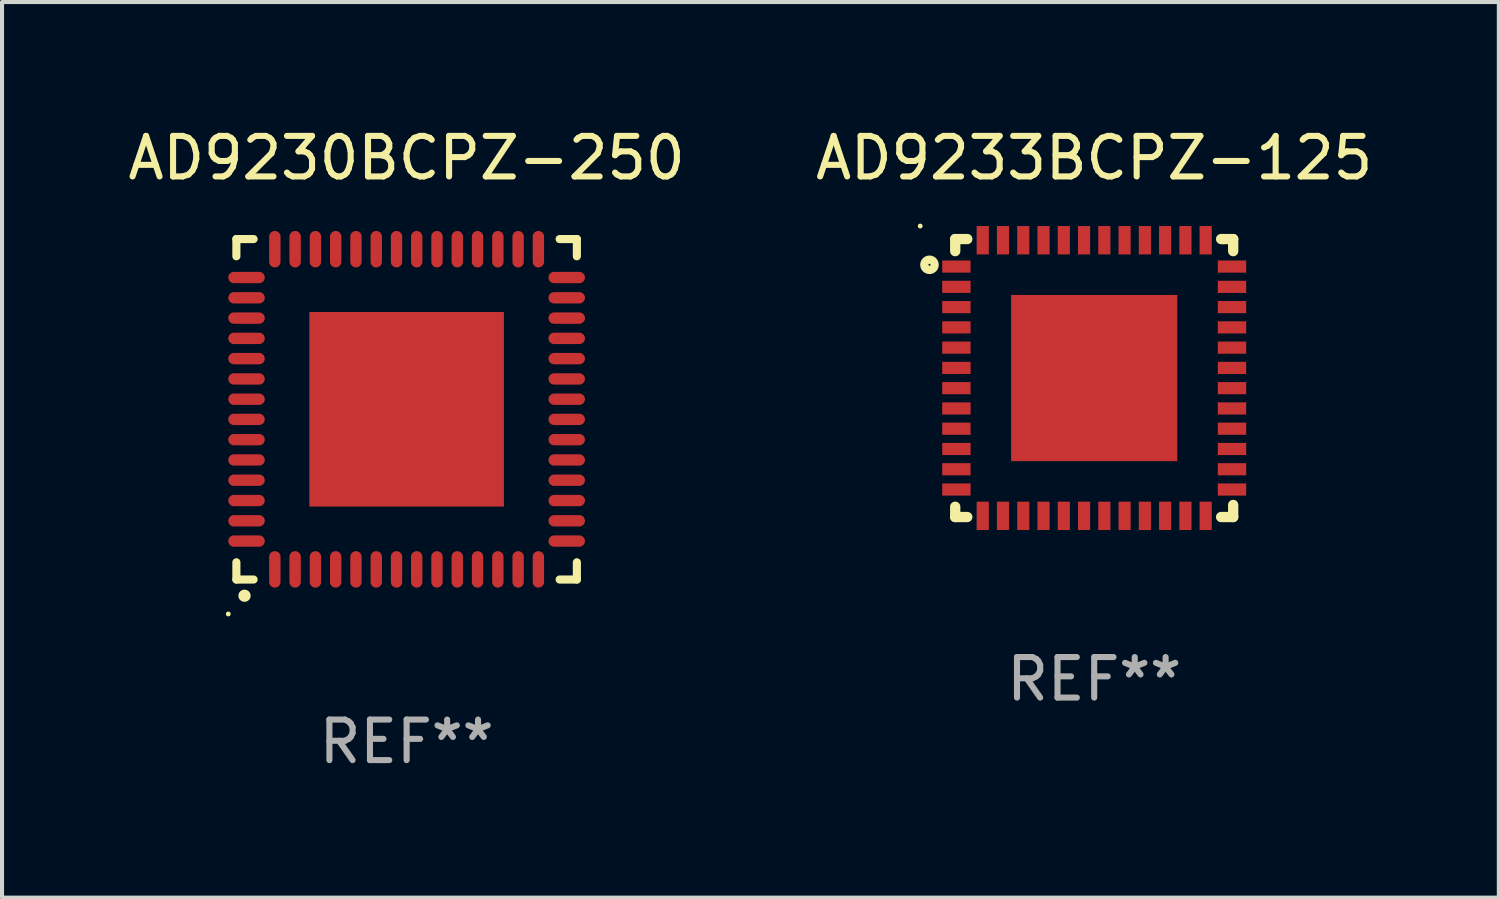
<source format=kicad_pcb>
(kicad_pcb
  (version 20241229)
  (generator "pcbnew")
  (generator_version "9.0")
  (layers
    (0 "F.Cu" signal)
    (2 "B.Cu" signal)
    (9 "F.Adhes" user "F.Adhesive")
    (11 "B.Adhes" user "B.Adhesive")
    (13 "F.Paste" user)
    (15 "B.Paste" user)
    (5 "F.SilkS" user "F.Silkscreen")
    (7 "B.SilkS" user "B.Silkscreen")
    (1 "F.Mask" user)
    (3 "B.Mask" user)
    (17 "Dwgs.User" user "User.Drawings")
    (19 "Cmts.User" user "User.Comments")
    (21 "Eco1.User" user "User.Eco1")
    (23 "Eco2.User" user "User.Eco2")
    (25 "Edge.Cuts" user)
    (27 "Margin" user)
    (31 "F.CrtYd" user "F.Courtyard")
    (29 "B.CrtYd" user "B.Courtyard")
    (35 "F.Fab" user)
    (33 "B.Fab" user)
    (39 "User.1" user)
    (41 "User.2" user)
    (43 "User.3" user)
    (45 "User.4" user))
  (footprint "AD9233BCPZ-125"
    (layer "F.Cu")
    (at 23.946 6.277)
    (property "Reference" "AD9233BCPZ-125" (at 0 -5.429 0) (layer "F.SilkS") (effects (font (size 1 1) (thickness 0.15))))
    (attr through_hole)
    (fp_line (start -3.429 -3.429) (end -3.429 -3.131) (stroke (width 0.254) (type solid)) (layer "F.SilkS"))
    (fp_line (start -3.429 3.429) (end -3.429 3.175) (stroke (width 0.254) (type solid)) (layer "F.SilkS"))
    (fp_line (start -3.131 -3.429) (end -3.429 -3.429) (stroke (width 0.254) (type solid)) (layer "F.SilkS"))
    (fp_line (start -3.131 3.429) (end -3.429 3.429) (stroke (width 0.254) (type solid)) (layer "F.SilkS"))
    (fp_line (start 3.175 -3.429) (end 3.131 -3.429) (stroke (width 0.254) (type solid)) (layer "F.SilkS"))
    (fp_line (start 3.429 -3.429) (end 3.175 -3.429) (stroke (width 0.254) (type solid)) (layer "F.SilkS"))
    (fp_line (start 3.429 -3.131) (end 3.429 -3.429) (stroke (width 0.254) (type solid)) (layer "F.SilkS"))
    (fp_line (start 3.429 3.131) (end 3.429 3.429) (stroke (width 0.254) (type solid)) (layer "F.SilkS"))
    (fp_line (start 3.429 3.429) (end 3.131 3.429) (stroke (width 0.254) (type solid)) (layer "F.SilkS"))
    (fp_circle (center -4.293 -3.75) (end -4.263 -3.75) (stroke (width 0.06) (type solid)) (fill no) (layer "F.SilkS"))
    (fp_circle (center -4.064 -2.794) (end -3.937 -2.794) (stroke (width 0.204) (type solid)) (fill no) (layer "F.SilkS"))
    (fp_text user "REF**" (at 0 7.429 0) (layer "F.Fab") (effects (font (size 1 1) (thickness 0.15))))
    (pad "1" smd rect (at -3.4 -2.75 270) (size 0.3 0.7) (layers "F.Cu" "F.Mask" "F.Paste"))
    (pad "2" smd rect (at -3.4 -2.25 270) (size 0.3 0.7) (layers "F.Cu" "F.Mask" "F.Paste"))
    (pad "3" smd rect (at -3.4 -1.75 270) (size 0.3 0.7) (layers "F.Cu" "F.Mask" "F.Paste"))
    (pad "4" smd rect (at -3.4 -1.25 270) (size 0.3 0.7) (layers "F.Cu" "F.Mask" "F.Paste"))
    (pad "5" smd rect (at -3.4 -0.75 270) (size 0.3 0.7) (layers "F.Cu" "F.Mask" "F.Paste"))
    (pad "6" smd rect (at -3.4 -0.25 270) (size 0.3 0.7) (layers "F.Cu" "F.Mask" "F.Paste"))
    (pad "7" smd rect (at -3.4 0.25 270) (size 0.3 0.7) (layers "F.Cu" "F.Mask" "F.Paste"))
    (pad "8" smd rect (at -3.4 0.75 270) (size 0.3 0.7) (layers "F.Cu" "F.Mask" "F.Paste"))
    (pad "9" smd rect (at -3.4 1.25 270) (size 0.3 0.7) (layers "F.Cu" "F.Mask" "F.Paste"))
    (pad "10" smd rect (at -3.4 1.75 270) (size 0.3 0.7) (layers "F.Cu" "F.Mask" "F.Paste"))
    (pad "11" smd rect (at -3.4 2.25 270) (size 0.3 0.7) (layers "F.Cu" "F.Mask" "F.Paste"))
    (pad "12" smd rect (at -3.4 2.75 270) (size 0.3 0.7) (layers "F.Cu" "F.Mask" "F.Paste"))
    (pad "13" smd rect (at -2.75 3.4 270) (size 0.7 0.3) (layers "F.Cu" "F.Mask" "F.Paste"))
    (pad "14" smd rect (at -2.25 3.4 270) (size 0.7 0.3) (layers "F.Cu" "F.Mask" "F.Paste"))
    (pad "15" smd rect (at -1.75 3.4 270) (size 0.7 0.3) (layers "F.Cu" "F.Mask" "F.Paste"))
    (pad "16" smd rect (at -1.25 3.4 270) (size 0.7 0.3) (layers "F.Cu" "F.Mask" "F.Paste"))
    (pad "17" smd rect (at -0.75 3.4 270) (size 0.7 0.3) (layers "F.Cu" "F.Mask" "F.Paste"))
    (pad "18" smd rect (at -0.25 3.4 270) (size 0.7 0.3) (layers "F.Cu" "F.Mask" "F.Paste"))
    (pad "19" smd rect (at 0.25 3.4 270) (size 0.7 0.3) (layers "F.Cu" "F.Mask" "F.Paste"))
    (pad "20" smd rect (at 0.75 3.4 270) (size 0.7 0.3) (layers "F.Cu" "F.Mask" "F.Paste"))
    (pad "21" smd rect (at 1.25 3.4 270) (size 0.7 0.3) (layers "F.Cu" "F.Mask" "F.Paste"))
    (pad "22" smd rect (at 1.75 3.4 270) (size 0.7 0.3) (layers "F.Cu" "F.Mask" "F.Paste"))
    (pad "23" smd rect (at 2.25 3.4 270) (size 0.7 0.3) (layers "F.Cu" "F.Mask" "F.Paste"))
    (pad "24" smd rect (at 2.75 3.4 270) (size 0.7 0.3) (layers "F.Cu" "F.Mask" "F.Paste"))
    (pad "25" smd rect (at 3.4 2.75 270) (size 0.3 0.7) (layers "F.Cu" "F.Mask" "F.Paste"))
    (pad "26" smd rect (at 3.4 2.25 270) (size 0.3 0.7) (layers "F.Cu" "F.Mask" "F.Paste"))
    (pad "27" smd rect (at 3.4 1.75 270) (size 0.3 0.7) (layers "F.Cu" "F.Mask" "F.Paste"))
    (pad "28" smd rect (at 3.4 1.25 270) (size 0.3 0.7) (layers "F.Cu" "F.Mask" "F.Paste"))
    (pad "29" smd rect (at 3.4 0.75 270) (size 0.3 0.7) (layers "F.Cu" "F.Mask" "F.Paste"))
    (pad "30" smd rect (at 3.4 0.25 270) (size 0.3 0.7) (layers "F.Cu" "F.Mask" "F.Paste"))
    (pad "31" smd rect (at 3.4 -0.25 270) (size 0.3 0.7) (layers "F.Cu" "F.Mask" "F.Paste"))
    (pad "32" smd rect (at 3.4 -0.75 270) (size 0.3 0.7) (layers "F.Cu" "F.Mask" "F.Paste"))
    (pad "33" smd rect (at 3.4 -1.25 270) (size 0.3 0.7) (layers "F.Cu" "F.Mask" "F.Paste"))
    (pad "34" smd rect (at 3.4 -1.75 270) (size 0.3 0.7) (layers "F.Cu" "F.Mask" "F.Paste"))
    (pad "35" smd rect (at 3.4 -2.25 270) (size 0.3 0.7) (layers "F.Cu" "F.Mask" "F.Paste"))
    (pad "36" smd rect (at 3.4 -2.75 270) (size 0.3 0.7) (layers "F.Cu" "F.Mask" "F.Paste"))
    (pad "37" smd rect (at 2.75 -3.4 270) (size 0.7 0.3) (layers "F.Cu" "F.Mask" "F.Paste"))
    (pad "38" smd rect (at 2.25 -3.4 270) (size 0.7 0.3) (layers "F.Cu" "F.Mask" "F.Paste"))
    (pad "39" smd rect (at 1.75 -3.4 270) (size 0.7 0.3) (layers "F.Cu" "F.Mask" "F.Paste"))
    (pad "40" smd rect (at 1.25 -3.4 270) (size 0.7 0.3) (layers "F.Cu" "F.Mask" "F.Paste"))
    (pad "41" smd rect (at 0.75 -3.4 270) (size 0.7 0.3) (layers "F.Cu" "F.Mask" "F.Paste"))
    (pad "42" smd rect (at 0.25 -3.4 270) (size 0.7 0.3) (layers "F.Cu" "F.Mask" "F.Paste"))
    (pad "43" smd rect (at -0.25 -3.4 270) (size 0.7 0.3) (layers "F.Cu" "F.Mask" "F.Paste"))
    (pad "44" smd rect (at -0.75 -3.4 270) (size 0.7 0.3) (layers "F.Cu" "F.Mask" "F.Paste"))
    (pad "45" smd rect (at -1.25 -3.4 270) (size 0.7 0.3) (layers "F.Cu" "F.Mask" "F.Paste"))
    (pad "46" smd rect (at -1.75 -3.4 270) (size 0.7 0.3) (layers "F.Cu" "F.Mask" "F.Paste"))
    (pad "47" smd rect (at -2.25 -3.4 270) (size 0.7 0.3) (layers "F.Cu" "F.Mask" "F.Paste"))
    (pad "48" smd rect (at -2.75 -3.4 270) (size 0.7 0.3) (layers "F.Cu" "F.Mask" "F.Paste"))
    (pad "49" smd rect (at -0.000025 -0.000025 270) (size 4.1 4.1) (layers "F.Cu" "F.Mask" "F.Paste")))
  (footprint "AD9230BCPZ-250"
    (layer "F.Cu")
    (at 6.982 7.048)
    (property "Reference" "AD9230BCPZ-250" (at 0 -6.2 0) (layer "F.SilkS") (effects (font (size 1 1) (thickness 0.15))))
    (attr through_hole)
    (fp_line (start -4.2 -4.2) (end -4.2 -3.775) (stroke (width 0.2) (type solid)) (layer "F.SilkS"))
    (fp_line (start -4.2 4.2) (end -4.2 3.775) (stroke (width 0.2) (type solid)) (layer "F.SilkS"))
    (fp_line (start -3.775 -4.2) (end -4.2 -4.2) (stroke (width 0.2) (type solid)) (layer "F.SilkS"))
    (fp_line (start -3.775 4.2) (end -4.2 4.2) (stroke (width 0.2) (type solid)) (layer "F.SilkS"))
    (fp_line (start 3.775 4.2) (end 4.2 4.2) (stroke (width 0.2) (type solid)) (layer "F.SilkS"))
    (fp_line (start 4.2 -4.2) (end 3.775 -4.2) (stroke (width 0.2) (type solid)) (layer "F.SilkS"))
    (fp_line (start 4.2 -3.775) (end 4.2 -4.2) (stroke (width 0.2) (type solid)) (layer "F.SilkS"))
    (fp_line (start 4.2 4.2) (end 4.2 3.775) (stroke (width 0.2) (type solid)) (layer "F.SilkS"))
    (fp_arc (start -4.000508 4.599949) (mid -3.999238 4.599944) (end -3.997968 4.599949) (stroke (width 0.3) (type solid)) (layer "F.SilkS"))
    (fp_circle (center -4.4 5.05) (end -4.37 5.05) (stroke (width 0.06) (type solid)) (fill no) (layer "F.SilkS"))
    (fp_text user "REF**" (at 0 8.2 0) (layer "F.Fab") (effects (font (size 1 1) (thickness 0.15))))
    (pad "1" smd oval (at -3.251 3.95 180) (size 0.28 0.9) (layers "F.Cu" "F.Mask" "F.Paste"))
    (pad "2" smd oval (at -2.751 3.95 180) (size 0.28 0.9) (layers "F.Cu" "F.Mask" "F.Paste"))
    (pad "3" smd oval (at -2.25 3.95 180) (size 0.28 0.9) (layers "F.Cu" "F.Mask" "F.Paste"))
    (pad "4" smd oval (at -1.75 3.95 180) (size 0.28 0.9) (layers "F.Cu" "F.Mask" "F.Paste"))
    (pad "5" smd oval (at -1.25 3.95 180) (size 0.28 0.9) (layers "F.Cu" "F.Mask" "F.Paste"))
    (pad "6" smd oval (at -0.749 3.95 180) (size 0.28 0.9) (layers "F.Cu" "F.Mask" "F.Paste"))
    (pad "7" smd oval (at -0.249 3.95 180) (size 0.28 0.9) (layers "F.Cu" "F.Mask" "F.Paste"))
    (pad "8" smd oval (at 0.249 3.95 180) (size 0.28 0.9) (layers "F.Cu" "F.Mask" "F.Paste"))
    (pad "9" smd oval (at 0.749 3.95 180) (size 0.28 0.9) (layers "F.Cu" "F.Mask" "F.Paste"))
    (pad "10" smd oval (at 1.25 3.95 180) (size 0.28 0.9) (layers "F.Cu" "F.Mask" "F.Paste"))
    (pad "11" smd oval (at 1.75 3.95 180) (size 0.28 0.9) (layers "F.Cu" "F.Mask" "F.Paste"))
    (pad "12" smd oval (at 2.251 3.95 180) (size 0.28 0.9) (layers "F.Cu" "F.Mask" "F.Paste"))
    (pad "13" smd oval (at 2.751 3.95 180) (size 0.28 0.9) (layers "F.Cu" "F.Mask" "F.Paste"))
    (pad "14" smd oval (at 3.251 3.95 180) (size 0.28 0.9) (layers "F.Cu" "F.Mask" "F.Paste"))
    (pad "15" smd oval (at 3.95 3.251 90) (size 0.28 0.9) (layers "F.Cu" "F.Mask" "F.Paste"))
    (pad "16" smd oval (at 3.95 2.751 90) (size 0.28 0.9) (layers "F.Cu" "F.Mask" "F.Paste"))
    (pad "17" smd oval (at 3.95 2.251 90) (size 0.28 0.9) (layers "F.Cu" "F.Mask" "F.Paste"))
    (pad "18" smd oval (at 3.95 1.75 90) (size 0.28 0.9) (layers "F.Cu" "F.Mask" "F.Paste"))
    (pad "19" smd oval (at 3.95 1.25 90) (size 0.28 0.9) (layers "F.Cu" "F.Mask" "F.Paste"))
    (pad "20" smd oval (at 3.95 0.749 90) (size 0.28 0.9) (layers "F.Cu" "F.Mask" "F.Paste"))
    (pad "21" smd oval (at 3.95 0.249 90) (size 0.28 0.9) (layers "F.Cu" "F.Mask" "F.Paste"))
    (pad "22" smd oval (at 3.95 -0.249 90) (size 0.28 0.9) (layers "F.Cu" "F.Mask" "F.Paste"))
    (pad "23" smd oval (at 3.95 -0.749 90) (size 0.28 0.9) (layers "F.Cu" "F.Mask" "F.Paste"))
    (pad "24" smd oval (at 3.95 -1.25 90) (size 0.28 0.9) (layers "F.Cu" "F.Mask" "F.Paste"))
    (pad "25" smd oval (at 3.95 -1.75 90) (size 0.28 0.9) (layers "F.Cu" "F.Mask" "F.Paste"))
    (pad "26" smd oval (at 3.95 -2.25 90) (size 0.28 0.9) (layers "F.Cu" "F.Mask" "F.Paste"))
    (pad "27" smd oval (at 3.95 -2.751 90) (size 0.28 0.9) (layers "F.Cu" "F.Mask" "F.Paste"))
    (pad "28" smd oval (at 3.95 -3.251 90) (size 0.28 0.9) (layers "F.Cu" "F.Mask" "F.Paste"))
    (pad "29" smd oval (at 3.251 -3.95 180) (size 0.28 0.9) (layers "F.Cu" "F.Mask" "F.Paste"))
    (pad "30" smd oval (at 2.751 -3.95 180) (size 0.28 0.9) (layers "F.Cu" "F.Mask" "F.Paste"))
    (pad "31" smd oval (at 2.251 -3.95 180) (size 0.28 0.9) (layers "F.Cu" "F.Mask" "F.Paste"))
    (pad "32" smd oval (at 1.75 -3.95 180) (size 0.28 0.9) (layers "F.Cu" "F.Mask" "F.Paste"))
    (pad "33" smd oval (at 1.25 -3.95 180) (size 0.28 0.9) (layers "F.Cu" "F.Mask" "F.Paste"))
    (pad "34" smd oval (at 0.749 -3.95 180) (size 0.28 0.9) (layers "F.Cu" "F.Mask" "F.Paste"))
    (pad "35" smd oval (at 0.249 -3.95 180) (size 0.28 0.9) (layers "F.Cu" "F.Mask" "F.Paste"))
    (pad "36" smd oval (at -0.249 -3.95 180) (size 0.28 0.9) (layers "F.Cu" "F.Mask" "F.Paste"))
    (pad "37" smd oval (at -0.749 -3.95 180) (size 0.28 0.9) (layers "F.Cu" "F.Mask" "F.Paste"))
    (pad "38" smd oval (at -1.25 -3.95 180) (size 0.28 0.9) (layers "F.Cu" "F.Mask" "F.Paste"))
    (pad "39" smd oval (at -1.75 -3.95 180) (size 0.28 0.9) (layers "F.Cu" "F.Mask" "F.Paste"))
    (pad "40" smd oval (at -2.25 -3.95 180) (size 0.28 0.9) (layers "F.Cu" "F.Mask" "F.Paste"))
    (pad "41" smd oval (at -2.751 -3.95 180) (size 0.28 0.9) (layers "F.Cu" "F.Mask" "F.Paste"))
    (pad "42" smd oval (at -3.251 -3.95 180) (size 0.28 0.9) (layers "F.Cu" "F.Mask" "F.Paste"))
    (pad "43" smd oval (at -3.95 -3.251 90) (size 0.28 0.9) (layers "F.Cu" "F.Mask" "F.Paste"))
    (pad "44" smd oval (at -3.95 -2.751 90) (size 0.28 0.9) (layers "F.Cu" "F.Mask" "F.Paste"))
    (pad "45" smd oval (at -3.95 -2.25 90) (size 0.28 0.9) (layers "F.Cu" "F.Mask" "F.Paste"))
    (pad "46" smd oval (at -3.95 -1.75 90) (size 0.28 0.9) (layers "F.Cu" "F.Mask" "F.Paste"))
    (pad "47" smd oval (at -3.95 -1.25 90) (size 0.28 0.9) (layers "F.Cu" "F.Mask" "F.Paste"))
    (pad "48" smd oval (at -3.95 -0.749 90) (size 0.28 0.9) (layers "F.Cu" "F.Mask" "F.Paste"))
    (pad "49" smd oval (at -3.95 -0.249 90) (size 0.28 0.9) (layers "F.Cu" "F.Mask" "F.Paste"))
    (pad "50" smd oval (at -3.95 0.249 90) (size 0.28 0.9) (layers "F.Cu" "F.Mask" "F.Paste"))
    (pad "51" smd oval (at -3.95 0.749 90) (size 0.28 0.9) (layers "F.Cu" "F.Mask" "F.Paste"))
    (pad "52" smd oval (at -3.95 1.25 90) (size 0.28 0.9) (layers "F.Cu" "F.Mask" "F.Paste"))
    (pad "53" smd oval (at -3.95 1.75 90) (size 0.28 0.9) (layers "F.Cu" "F.Mask" "F.Paste"))
    (pad "54" smd oval (at -3.95 2.251 90) (size 0.28 0.9) (layers "F.Cu" "F.Mask" "F.Paste"))
    (pad "55" smd oval (at -3.95 2.751 90) (size 0.28 0.9) (layers "F.Cu" "F.Mask" "F.Paste"))
    (pad "56" smd oval (at -3.95 3.251 90) (size 0.28 0.9) (layers "F.Cu" "F.Mask" "F.Paste"))
    (pad "57" smd rect (at 0.000076 0.000076 90) (size 4.8 4.8) (layers "F.Cu" "F.Mask" "F.Paste")))
  (gr_rect
    (start -3 -3)
    (end 33.929 19.096)
    (stroke (width 0.1) (type default))
    (fill no)
    (layer "Edge.Cuts")))
</source>
